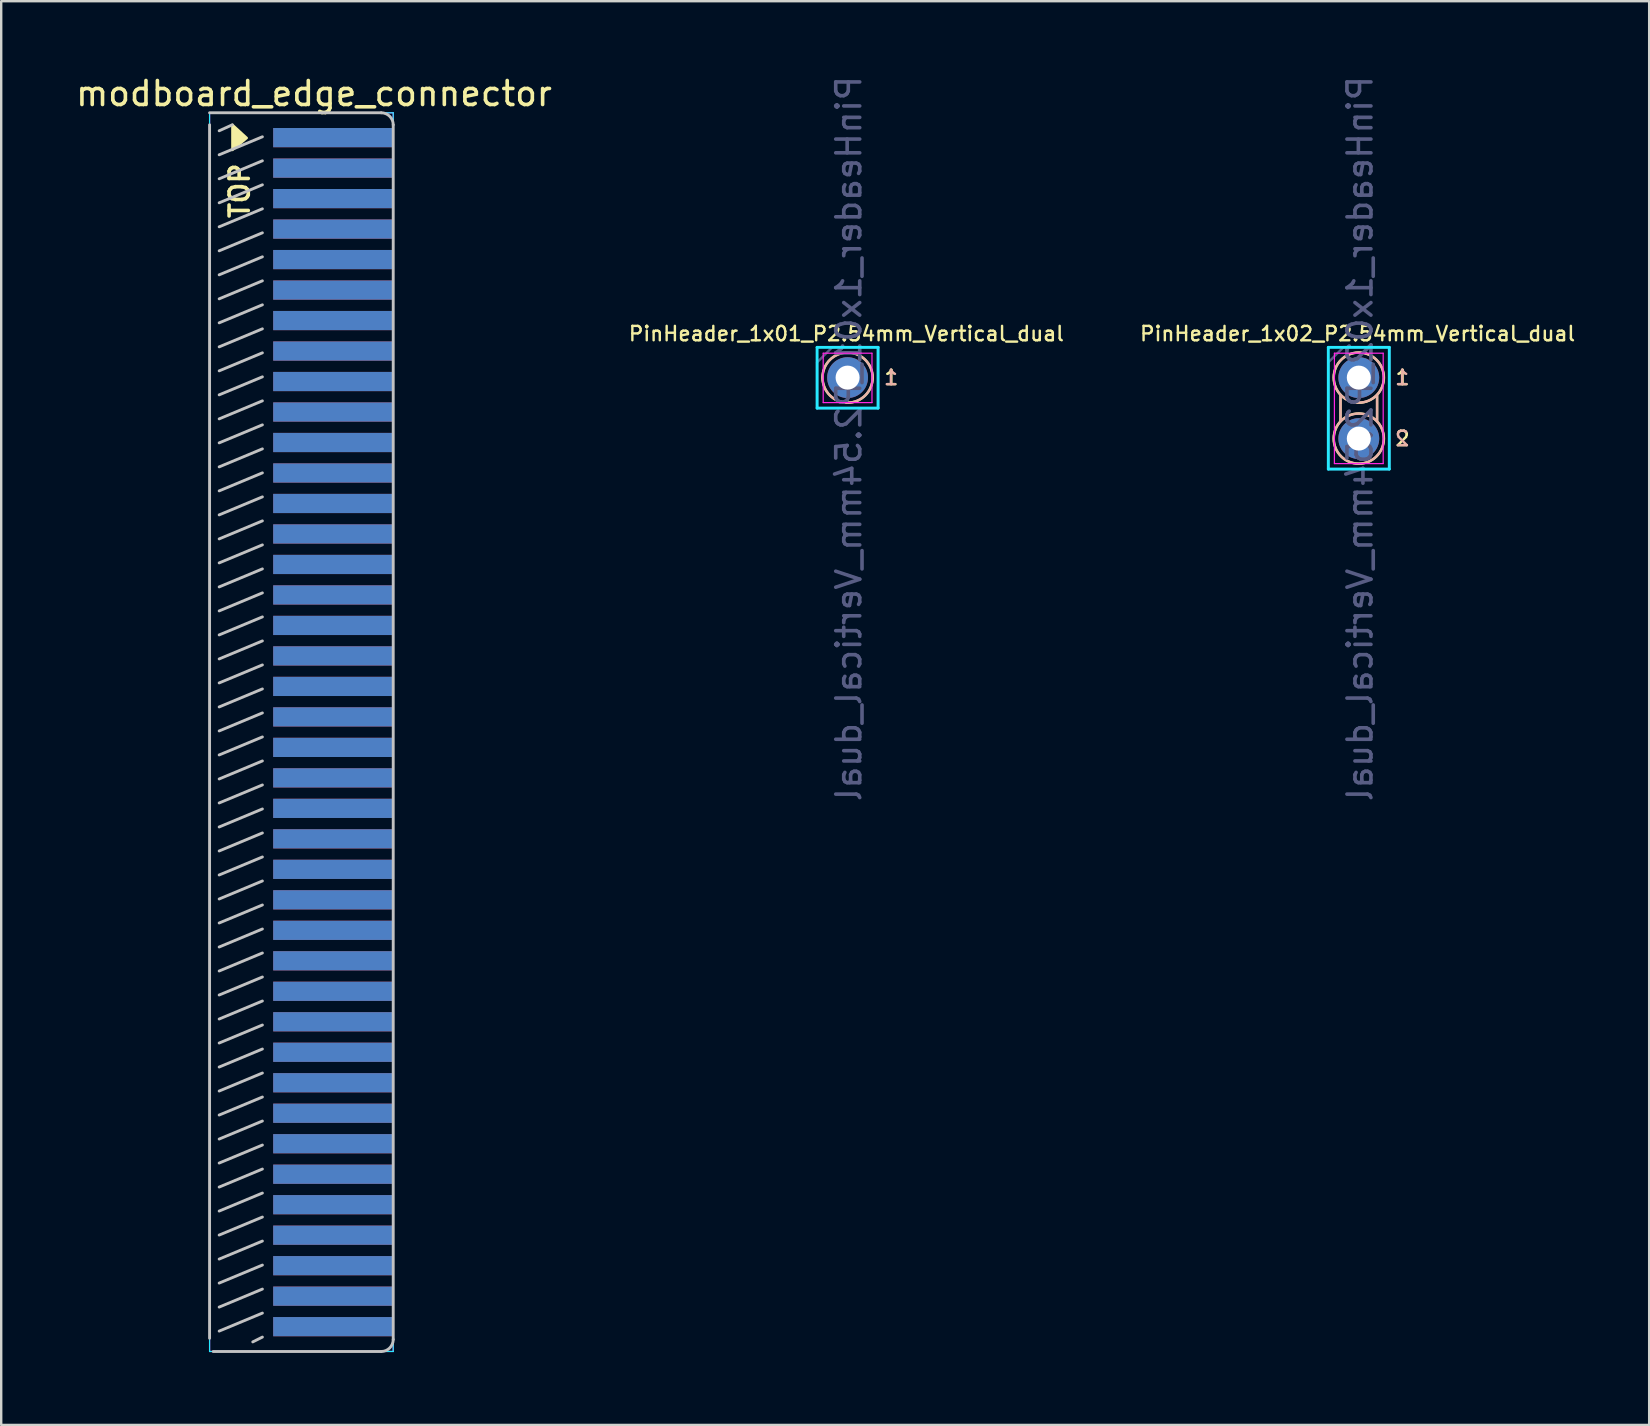
<source format=kicad_pcb>
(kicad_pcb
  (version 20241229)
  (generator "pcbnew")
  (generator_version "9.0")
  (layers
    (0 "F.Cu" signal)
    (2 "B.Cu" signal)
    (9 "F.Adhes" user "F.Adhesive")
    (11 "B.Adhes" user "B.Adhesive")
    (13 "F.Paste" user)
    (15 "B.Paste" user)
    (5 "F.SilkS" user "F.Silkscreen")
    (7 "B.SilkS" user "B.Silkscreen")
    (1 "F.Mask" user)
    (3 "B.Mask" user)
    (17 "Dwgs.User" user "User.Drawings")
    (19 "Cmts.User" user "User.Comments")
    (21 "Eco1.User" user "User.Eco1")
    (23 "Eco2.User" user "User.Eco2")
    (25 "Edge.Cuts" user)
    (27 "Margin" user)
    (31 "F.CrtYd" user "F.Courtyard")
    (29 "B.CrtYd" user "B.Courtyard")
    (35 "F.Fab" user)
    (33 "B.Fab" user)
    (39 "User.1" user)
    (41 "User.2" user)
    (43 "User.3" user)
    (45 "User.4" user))
  (footprint "PinHeader_1x02_P2.54mm_Vertical_dual"
    (layer "F.Cu")
    (at 53.552 12.68)
    (property "Reference" "PinHeader_1x02_P2.54mm_Vertical_dual" (at -0.051 -1.829 0) (layer "F.SilkS") (effects (font (size 0.6 0.6) (thickness 0.1))))
    (attr through_hole)
    (fp_line (start -0.762 0.762) (end -0.762 1.778) (stroke (width 0.1) (type solid)) (layer "F.SilkS"))
    (fp_line (start 0.762 0.762) (end 0.762 1.778) (stroke (width 0.1) (type solid)) (layer "F.SilkS"))
    (fp_circle (center 0 0) (end 0.813 0.66) (stroke (width 0.1) (type solid)) (fill no) (layer "F.SilkS"))
    (fp_circle (center 0 2.54) (end 0.813 3.2) (stroke (width 0.1) (type solid)) (fill no) (layer "F.SilkS"))
    (fp_line (start -0.762 0.737) (end -0.762 1.803) (stroke (width 0.1) (type solid)) (layer "B.SilkS"))
    (fp_line (start 0.762 0.737) (end 0.762 1.803) (stroke (width 0.1) (type solid)) (layer "B.SilkS"))
    (fp_circle (center 0 0) (end 0.025 -1.041) (stroke (width 0.1) (type solid)) (fill no) (layer "B.SilkS"))
    (fp_circle (center 0 2.54) (end 0.025 1.499) (stroke (width 0.1) (type solid)) (fill no) (layer "B.SilkS"))
    (fp_line (start -1.27 -1.26) (end -1.27 3.81) (stroke (width 0.12) (type solid)) (layer "B.CrtYd"))
    (fp_line (start -1.27 3.81) (end 1.27 3.81) (stroke (width 0.12) (type solid)) (layer "B.CrtYd"))
    (fp_line (start 1.27 -1.26) (end -1.27 -1.26) (stroke (width 0.12) (type solid)) (layer "B.CrtYd"))
    (fp_line (start 1.27 3.81) (end 1.27 -1.26) (stroke (width 0.12) (type solid)) (layer "B.CrtYd"))
    (fp_line (start -1.016 -1.016) (end -1.016 3.581) (stroke (width 0.05) (type solid)) (layer "F.CrtYd"))
    (fp_line (start -1.016 3.581) (end 1.016 3.581) (stroke (width 0.05) (type solid)) (layer "F.CrtYd"))
    (fp_line (start 1.016 -1.016) (end -1.016 -1.016) (stroke (width 0.05) (type solid)) (layer "F.CrtYd"))
    (fp_line (start 1.016 3.581) (end 1.016 -1.016) (stroke (width 0.05) (type solid)) (layer "F.CrtYd"))
    (fp_line (start -1.27 -0.635) (end -0.635 -1.27) (stroke (width 0.1) (type solid)) (layer "B.Fab"))
    (fp_line (start -1.27 3.81) (end -1.27 -0.635) (stroke (width 0.1) (type solid)) (layer "B.Fab"))
    (fp_line (start -0.635 -1.27) (end 1.27 -1.27) (stroke (width 0.1) (type solid)) (layer "B.Fab"))
    (fp_line (start 1.27 -1.27) (end 1.27 3.81) (stroke (width 0.1) (type solid)) (layer "B.Fab"))
    (fp_line (start 1.27 3.81) (end -1.27 3.81) (stroke (width 0.1) (type solid)) (layer "B.Fab"))
    (fp_text user "2" (at 1.473 2.54 0) (layer "F.SilkS") (effects (font (size 0.6 0.6) (thickness 0.1)) (justify left)))
    (fp_text user "1" (at 1.473 0 0) (layer "F.SilkS") (effects (font (size 0.6 0.6) (thickness 0.1)) (justify left)))
    (fp_text user "2" (at 1.803 2.54 0) (layer "B.SilkS") (effects (font (size 0.6 0.6) (thickness 0.1)) (justify mirror)))
    (fp_text user "1" (at 1.803 0 0) (layer "B.SilkS") (effects (font (size 0.6 0.6) (thickness 0.1)) (justify mirror)))
    (fp_text user "${REFERENCE}" (at 0.051 2.54 90) (layer "B.Fab") (effects (font (size 1 1) (thickness 0.15)) (justify mirror)))
    (pad "1" thru_hole circle (at 0 0) (size 1.7 1.7) (drill 1) (layers "*.Cu" "*.Mask"))
    (pad "2" thru_hole oval (at 0 2.54) (size 1.7 1.7) (drill 1) (layers "*.Cu" "*.Mask")))
  (footprint "modboard_edge_connector"
    (layer "F.Cu")
    (at 10.83 1.648)
    (property "Reference" "modboard_edge_connector" (at -0.8 -0.8 0) (layer "F.SilkS") (effects (font (size 1 1) (thickness 0.15))))
    (attr through_hole)
    (fp_poly (pts (xy -3.6 1.05) (xy -4.2 0.5) (xy -4.2 1.55)) (stroke (width 0.1) (type solid)) (fill yes) (layer "F.SilkS"))
    (fp_line (start -5.15 0.5) (end -5.15 51.05) (stroke (width 0.12) (type solid)) (layer "Dwgs.User"))
    (fp_line (start -4.2 0.5) (end -4.75 0.75) (stroke (width 0.12) (type solid)) (layer "Dwgs.User"))
    (fp_line (start -2.95 1) (end -4.75 1.75) (stroke (width 0.12) (type solid)) (layer "Dwgs.User"))
    (fp_line (start -2.95 2) (end -4.75 2.75) (stroke (width 0.12) (type solid)) (layer "Dwgs.User"))
    (fp_line (start -2.95 3) (end -4.75 3.75) (stroke (width 0.12) (type solid)) (layer "Dwgs.User"))
    (fp_line (start -2.95 4) (end -4.75 4.75) (stroke (width 0.12) (type solid)) (layer "Dwgs.User"))
    (fp_line (start -2.95 5) (end -4.75 5.75) (stroke (width 0.12) (type solid)) (layer "Dwgs.User"))
    (fp_line (start -2.95 6) (end -4.75 6.75) (stroke (width 0.12) (type solid)) (layer "Dwgs.User"))
    (fp_line (start -2.95 7) (end -4.75 7.75) (stroke (width 0.12) (type solid)) (layer "Dwgs.User"))
    (fp_line (start -2.95 8) (end -4.75 8.75) (stroke (width 0.12) (type solid)) (layer "Dwgs.User"))
    (fp_line (start -2.95 9) (end -4.75 9.75) (stroke (width 0.12) (type solid)) (layer "Dwgs.User"))
    (fp_line (start -2.95 10) (end -4.75 10.75) (stroke (width 0.12) (type solid)) (layer "Dwgs.User"))
    (fp_line (start -2.95 11) (end -4.75 11.75) (stroke (width 0.12) (type solid)) (layer "Dwgs.User"))
    (fp_line (start -2.95 12) (end -4.75 12.75) (stroke (width 0.12) (type solid)) (layer "Dwgs.User"))
    (fp_line (start -2.95 13) (end -4.75 13.75) (stroke (width 0.12) (type solid)) (layer "Dwgs.User"))
    (fp_line (start -2.95 14) (end -4.75 14.75) (stroke (width 0.12) (type solid)) (layer "Dwgs.User"))
    (fp_line (start -2.95 15) (end -4.75 15.75) (stroke (width 0.12) (type solid)) (layer "Dwgs.User"))
    (fp_line (start -2.95 16) (end -4.75 16.75) (stroke (width 0.12) (type solid)) (layer "Dwgs.User"))
    (fp_line (start -2.95 17) (end -4.75 17.75) (stroke (width 0.12) (type solid)) (layer "Dwgs.User"))
    (fp_line (start -2.95 18) (end -4.75 18.75) (stroke (width 0.12) (type solid)) (layer "Dwgs.User"))
    (fp_line (start -2.95 19) (end -4.75 19.75) (stroke (width 0.12) (type solid)) (layer "Dwgs.User"))
    (fp_line (start -2.95 20) (end -4.75 20.75) (stroke (width 0.12) (type solid)) (layer "Dwgs.User"))
    (fp_line (start -2.95 21) (end -4.75 21.75) (stroke (width 0.12) (type solid)) (layer "Dwgs.User"))
    (fp_line (start -2.95 22) (end -4.75 22.75) (stroke (width 0.12) (type solid)) (layer "Dwgs.User"))
    (fp_line (start -2.95 23) (end -4.75 23.75) (stroke (width 0.12) (type solid)) (layer "Dwgs.User"))
    (fp_line (start -2.95 24) (end -4.75 24.75) (stroke (width 0.12) (type solid)) (layer "Dwgs.User"))
    (fp_line (start -2.95 25) (end -4.75 25.75) (stroke (width 0.12) (type solid)) (layer "Dwgs.User"))
    (fp_line (start -2.95 26) (end -4.75 26.75) (stroke (width 0.12) (type solid)) (layer "Dwgs.User"))
    (fp_line (start -2.95 27) (end -4.75 27.75) (stroke (width 0.12) (type solid)) (layer "Dwgs.User"))
    (fp_line (start -2.95 28) (end -4.75 28.75) (stroke (width 0.12) (type solid)) (layer "Dwgs.User"))
    (fp_line (start -2.95 29) (end -4.75 29.75) (stroke (width 0.12) (type solid)) (layer "Dwgs.User"))
    (fp_line (start -2.95 30) (end -4.75 30.75) (stroke (width 0.12) (type solid)) (layer "Dwgs.User"))
    (fp_line (start -2.95 31) (end -4.75 31.75) (stroke (width 0.12) (type solid)) (layer "Dwgs.User"))
    (fp_line (start -2.95 32) (end -4.75 32.75) (stroke (width 0.12) (type solid)) (layer "Dwgs.User"))
    (fp_line (start -2.95 33) (end -4.75 33.75) (stroke (width 0.12) (type solid)) (layer "Dwgs.User"))
    (fp_line (start -2.95 34) (end -4.75 34.75) (stroke (width 0.12) (type solid)) (layer "Dwgs.User"))
    (fp_line (start -2.95 35) (end -4.75 35.75) (stroke (width 0.12) (type solid)) (layer "Dwgs.User"))
    (fp_line (start -2.95 36) (end -4.75 36.75) (stroke (width 0.12) (type solid)) (layer "Dwgs.User"))
    (fp_line (start -2.95 37) (end -4.75 37.75) (stroke (width 0.12) (type solid)) (layer "Dwgs.User"))
    (fp_line (start -2.95 38) (end -4.75 38.75) (stroke (width 0.12) (type solid)) (layer "Dwgs.User"))
    (fp_line (start -2.95 39) (end -4.75 39.75) (stroke (width 0.12) (type solid)) (layer "Dwgs.User"))
    (fp_line (start -2.95 40) (end -4.75 40.75) (stroke (width 0.12) (type solid)) (layer "Dwgs.User"))
    (fp_line (start -2.95 41) (end -4.75 41.75) (stroke (width 0.12) (type solid)) (layer "Dwgs.User"))
    (fp_line (start -2.95 42) (end -4.75 42.75) (stroke (width 0.12) (type solid)) (layer "Dwgs.User"))
    (fp_line (start -2.95 43) (end -4.75 43.75) (stroke (width 0.12) (type solid)) (layer "Dwgs.User"))
    (fp_line (start -2.95 44) (end -4.75 44.75) (stroke (width 0.12) (type solid)) (layer "Dwgs.User"))
    (fp_line (start -2.95 45) (end -4.75 45.75) (stroke (width 0.12) (type solid)) (layer "Dwgs.User"))
    (fp_line (start -2.95 46) (end -4.75 46.75) (stroke (width 0.12) (type solid)) (layer "Dwgs.User"))
    (fp_line (start -2.95 47) (end -4.75 47.75) (stroke (width 0.12) (type solid)) (layer "Dwgs.User"))
    (fp_line (start -2.95 48) (end -4.75 48.75) (stroke (width 0.12) (type solid)) (layer "Dwgs.User"))
    (fp_line (start -2.95 49) (end -4.75 49.75) (stroke (width 0.12) (type solid)) (layer "Dwgs.User"))
    (fp_line (start -2.95 50) (end -4.75 50.75) (stroke (width 0.12) (type solid)) (layer "Dwgs.User"))
    (fp_line (start -2.95 51) (end -3.35 51.2) (stroke (width 0.12) (type solid)) (layer "Dwgs.User"))
    (fp_line (start 2 0) (end -5.15 0) (stroke (width 0.12) (type solid)) (layer "Dwgs.User"))
    (fp_line (start 2 51.6) (end -5 51.6) (stroke (width 0.12) (type solid)) (layer "Dwgs.User"))
    (fp_line (start 2.5 0.5) (end 2.5 51.1) (stroke (width 0.12) (type solid)) (layer "Dwgs.User"))
    (fp_arc (start 2 0) (mid 2.353553 0.146447) (end 2.5 0.5) (stroke (width 0.12) (type solid)) (layer "Dwgs.User"))
    (fp_arc (start 2.5 51.1) (mid 2.353553 51.453553) (end 2 51.6) (stroke (width 0.12) (type solid)) (layer "Dwgs.User"))
    (fp_line (start -5.15 0) (end -5.15 51.6) (stroke (width 0.05) (type solid)) (layer "B.CrtYd"))
    (fp_line (start -5.15 51.6) (end 2.5 51.6) (stroke (width 0.05) (type solid)) (layer "B.CrtYd"))
    (fp_line (start 2.5 0) (end -5.15 0) (stroke (width 0.05) (type solid)) (layer "B.CrtYd"))
    (fp_line (start 2.5 51.6) (end 2.5 0) (stroke (width 0.05) (type solid)) (layer "B.CrtYd"))
    (fp_line (start -5.15 0) (end -5.15 51.6) (stroke (width 0.05) (type solid)) (layer "F.CrtYd"))
    (fp_line (start -5.15 51.6) (end 2.5 51.6) (stroke (width 0.05) (type solid)) (layer "F.CrtYd"))
    (fp_line (start 2.5 0) (end -5.15 0) (stroke (width 0.05) (type solid)) (layer "F.CrtYd"))
    (fp_line (start 2.5 51.6) (end 2.5 0) (stroke (width 0.05) (type solid)) (layer "F.CrtYd"))
    (fp_text user "TOP" (at -3.9 3.25 90) (layer "F.SilkS") (effects (font (size 0.8 0.8) (thickness 0.15))))
    (pad "1" smd rect (at 0 1.035) (size 5 0.8) (layers "F.Cu" "F.Mask" "F.Paste"))
    (pad "2" smd rect (at 0 1.035) (size 5 0.8) (layers "B.Cu" "B.Mask" "B.Paste"))
    (pad "3" smd rect (at 0 2.305) (size 5 0.8) (layers "F.Cu" "F.Mask" "F.Paste"))
    (pad "4" smd rect (at 0 2.305) (size 5 0.8) (layers "B.Cu" "B.Mask" "B.Paste"))
    (pad "5" smd rect (at 0 3.575) (size 5 0.8) (layers "F.Cu" "F.Mask" "F.Paste"))
    (pad "6" smd rect (at 0 3.575) (size 5 0.8) (layers "B.Cu" "B.Mask" "B.Paste"))
    (pad "7" smd rect (at 0 4.845) (size 5 0.8) (layers "F.Cu" "F.Mask" "F.Paste"))
    (pad "8" smd rect (at 0 4.845) (size 5 0.8) (layers "B.Cu" "B.Mask" "B.Paste"))
    (pad "9" smd rect (at 0 6.115) (size 5 0.8) (layers "F.Cu" "F.Mask" "F.Paste"))
    (pad "10" smd rect (at 0 6.115) (size 5 0.8) (layers "B.Cu" "B.Mask" "B.Paste"))
    (pad "11" smd rect (at 0 7.385) (size 5 0.8) (layers "F.Cu" "F.Mask" "F.Paste"))
    (pad "12" smd rect (at 0 7.385) (size 5 0.8) (layers "B.Cu" "B.Mask" "B.Paste"))
    (pad "13" smd rect (at 0 8.655) (size 5 0.8) (layers "F.Cu" "F.Mask" "F.Paste"))
    (pad "14" smd rect (at 0 8.655) (size 5 0.8) (layers "B.Cu" "B.Mask" "B.Paste"))
    (pad "15" smd rect (at 0 9.925) (size 5 0.8) (layers "F.Cu" "F.Mask" "F.Paste"))
    (pad "16" smd rect (at 0 9.925) (size 5 0.8) (layers "B.Cu" "B.Mask" "B.Paste"))
    (pad "17" smd rect (at 0 11.195) (size 5 0.8) (layers "F.Cu" "F.Mask" "F.Paste"))
    (pad "18" smd rect (at 0 11.195) (size 5 0.8) (layers "B.Cu" "B.Mask" "B.Paste"))
    (pad "19" smd rect (at 0 12.465) (size 5 0.8) (layers "F.Cu" "F.Mask" "F.Paste"))
    (pad "20" smd rect (at 0 12.465) (size 5 0.8) (layers "B.Cu" "B.Mask" "B.Paste"))
    (pad "21" smd rect (at 0 13.735) (size 5 0.8) (layers "F.Cu" "F.Mask" "F.Paste"))
    (pad "22" smd rect (at 0 13.735) (size 5 0.8) (layers "B.Cu" "B.Mask" "B.Paste"))
    (pad "23" smd rect (at 0 15.005) (size 5 0.8) (layers "F.Cu" "F.Mask" "F.Paste"))
    (pad "24" smd rect (at 0 15.005) (size 5 0.8) (layers "B.Cu" "B.Mask" "B.Paste"))
    (pad "25" smd rect (at 0 16.275) (size 5 0.8) (layers "F.Cu" "F.Mask" "F.Paste"))
    (pad "26" smd rect (at 0 16.275) (size 5 0.8) (layers "B.Cu" "B.Mask" "B.Paste"))
    (pad "27" smd rect (at 0 17.545) (size 5 0.8) (layers "F.Cu" "F.Mask" "F.Paste"))
    (pad "28" smd rect (at 0 17.545) (size 5 0.8) (layers "B.Cu" "B.Mask" "B.Paste"))
    (pad "29" smd rect (at 0 18.815) (size 5 0.8) (layers "F.Cu" "F.Mask" "F.Paste"))
    (pad "30" smd rect (at 0 18.815) (size 5 0.8) (layers "B.Cu" "B.Mask" "B.Paste"))
    (pad "31" smd rect (at 0 20.085) (size 5 0.8) (layers "F.Cu" "F.Mask" "F.Paste"))
    (pad "32" smd rect (at 0 20.085) (size 5 0.8) (layers "B.Cu" "B.Mask" "B.Paste"))
    (pad "33" smd rect (at 0 21.355) (size 5 0.8) (layers "F.Cu" "F.Mask" "F.Paste"))
    (pad "34" smd rect (at 0 21.355) (size 5 0.8) (layers "B.Cu" "B.Mask" "B.Paste"))
    (pad "35" smd rect (at 0 22.625) (size 5 0.8) (layers "F.Cu" "F.Mask" "F.Paste"))
    (pad "36" smd rect (at 0 22.625) (size 5 0.8) (layers "B.Cu" "B.Mask" "B.Paste"))
    (pad "37" smd rect (at 0 23.895) (size 5 0.8) (layers "F.Cu" "F.Mask" "F.Paste"))
    (pad "38" smd rect (at 0 23.895) (size 5 0.8) (layers "B.Cu" "B.Mask" "B.Paste"))
    (pad "39" smd rect (at 0 25.165) (size 5 0.8) (layers "F.Cu" "F.Mask" "F.Paste"))
    (pad "40" smd rect (at 0 25.165) (size 5 0.8) (layers "B.Cu" "B.Mask" "B.Paste"))
    (pad "41" smd rect (at 0 26.435) (size 5 0.8) (layers "F.Cu" "F.Mask" "F.Paste"))
    (pad "42" smd rect (at 0 26.435) (size 5 0.8) (layers "B.Cu" "B.Mask" "B.Paste"))
    (pad "43" smd rect (at 0 27.705) (size 5 0.8) (layers "F.Cu" "F.Mask" "F.Paste"))
    (pad "44" smd rect (at 0 27.705) (size 5 0.8) (layers "B.Cu" "B.Mask" "B.Paste"))
    (pad "45" smd rect (at 0 28.975) (size 5 0.8) (layers "F.Cu" "F.Mask" "F.Paste"))
    (pad "46" smd rect (at 0 28.975) (size 5 0.8) (layers "B.Cu" "B.Mask" "B.Paste"))
    (pad "47" smd rect (at 0 30.245) (size 5 0.8) (layers "F.Cu" "F.Mask" "F.Paste"))
    (pad "48" smd rect (at 0 30.245) (size 5 0.8) (layers "B.Cu" "B.Mask" "B.Paste"))
    (pad "49" smd rect (at 0 31.515) (size 5 0.8) (layers "F.Cu" "F.Mask" "F.Paste"))
    (pad "50" smd rect (at 0 31.515) (size 5 0.8) (layers "B.Cu" "B.Mask" "B.Paste"))
    (pad "51" smd rect (at 0 32.785) (size 5 0.8) (layers "F.Cu" "F.Mask" "F.Paste"))
    (pad "52" smd rect (at 0 32.785) (size 5 0.8) (layers "B.Cu" "B.Mask" "B.Paste"))
    (pad "53" smd rect (at 0 34.055) (size 5 0.8) (layers "F.Cu" "F.Mask" "F.Paste"))
    (pad "54" smd rect (at 0 34.055) (size 5 0.8) (layers "B.Cu" "B.Mask" "B.Paste"))
    (pad "55" smd rect (at 0 35.325) (size 5 0.8) (layers "F.Cu" "F.Mask" "F.Paste"))
    (pad "56" smd rect (at 0 35.325) (size 5 0.8) (layers "B.Cu" "B.Mask" "B.Paste"))
    (pad "57" smd rect (at 0 36.595) (size 5 0.8) (layers "F.Cu" "F.Mask" "F.Paste"))
    (pad "58" smd rect (at 0 36.595) (size 5 0.8) (layers "B.Cu" "B.Mask" "B.Paste"))
    (pad "59" smd rect (at 0 37.865) (size 5 0.8) (layers "F.Cu" "F.Mask" "F.Paste"))
    (pad "60" smd rect (at 0 37.865) (size 5 0.8) (layers "B.Cu" "B.Mask" "B.Paste"))
    (pad "61" smd rect (at 0 39.135) (size 5 0.8) (layers "F.Cu" "F.Mask" "F.Paste"))
    (pad "62" smd rect (at 0 39.135) (size 5 0.8) (layers "B.Cu" "B.Mask" "B.Paste"))
    (pad "63" smd rect (at 0 40.405) (size 5 0.8) (layers "F.Cu" "F.Mask" "F.Paste"))
    (pad "64" smd rect (at 0 40.405) (size 5 0.8) (layers "B.Cu" "B.Mask" "B.Paste"))
    (pad "65" smd rect (at 0 41.675) (size 5 0.8) (layers "F.Cu" "F.Mask" "F.Paste"))
    (pad "66" smd rect (at 0 41.675) (size 5 0.8) (layers "B.Cu" "B.Mask" "B.Paste"))
    (pad "67" smd rect (at 0 42.945) (size 5 0.8) (layers "F.Cu" "F.Mask" "F.Paste"))
    (pad "68" smd rect (at 0 42.945) (size 5 0.8) (layers "B.Cu" "B.Mask" "B.Paste"))
    (pad "69" smd rect (at 0 44.215) (size 5 0.8) (layers "F.Cu" "F.Mask" "F.Paste"))
    (pad "70" smd rect (at 0 44.215) (size 5 0.8) (layers "B.Cu" "B.Mask" "B.Paste"))
    (pad "71" smd rect (at 0 45.485) (size 5 0.8) (layers "F.Cu" "F.Mask" "F.Paste"))
    (pad "72" smd rect (at 0 45.485) (size 5 0.8) (layers "B.Cu" "B.Mask" "B.Paste"))
    (pad "73" smd rect (at 0 46.755) (size 5 0.8) (layers "F.Cu" "F.Mask" "F.Paste"))
    (pad "74" smd rect (at 0 46.755) (size 5 0.8) (layers "B.Cu" "B.Mask" "B.Paste"))
    (pad "75" smd rect (at 0 48.025) (size 5 0.8) (layers "F.Cu" "F.Mask" "F.Paste"))
    (pad "76" smd rect (at 0 48.025) (size 5 0.8) (layers "B.Cu" "B.Mask" "B.Paste"))
    (pad "77" smd rect (at 0 49.295) (size 5 0.8) (layers "F.Cu" "F.Mask" "F.Paste"))
    (pad "78" smd rect (at 0 49.295) (size 5 0.8) (layers "B.Cu" "B.Mask" "B.Paste"))
    (pad "79" smd rect (at 0 50.565) (size 5 0.8) (layers "F.Cu" "F.Mask" "F.Paste"))
    (pad "80" smd rect (at 0 50.565) (size 5 0.8) (layers "B.Cu" "B.Mask" "B.Paste")))
  (footprint "PinHeader_1x01_P2.54mm_Vertical_dual"
    (layer "F.Cu")
    (at 32.257 12.68)
    (property "Reference" "PinHeader_1x01_P2.54mm_Vertical_dual" (at -0.051 -1.829 0) (layer "F.SilkS") (effects (font (size 0.6 0.6) (thickness 0.1))))
    (attr through_hole)
    (fp_circle (center 0 0) (end 0.813 0.66) (stroke (width 0.1) (type solid)) (fill no) (layer "F.SilkS"))
    (fp_circle (center 0 0) (end 0.025 -1.041) (stroke (width 0.1) (type solid)) (fill no) (layer "B.SilkS"))
    (fp_line (start -1.27 -1.26) (end -1.27 1.27) (stroke (width 0.12) (type solid)) (layer "B.CrtYd"))
    (fp_line (start -1.27 1.27) (end 1.27 1.27) (stroke (width 0.12) (type solid)) (layer "B.CrtYd"))
    (fp_line (start 1.27 -1.26) (end -1.27 -1.26) (stroke (width 0.12) (type solid)) (layer "B.CrtYd"))
    (fp_line (start 1.27 1.27) (end 1.27 -1.26) (stroke (width 0.12) (type solid)) (layer "B.CrtYd"))
    (fp_line (start -1.016 -1.016) (end -1.016 1.041) (stroke (width 0.05) (type solid)) (layer "F.CrtYd"))
    (fp_line (start -1.016 1.041) (end 1.016 1.041) (stroke (width 0.05) (type solid)) (layer "F.CrtYd"))
    (fp_line (start 1.016 -1.016) (end -1.016 -1.016) (stroke (width 0.05) (type solid)) (layer "F.CrtYd"))
    (fp_line (start 1.016 1.041) (end 1.016 -1.016) (stroke (width 0.05) (type solid)) (layer "F.CrtYd"))
    (fp_line (start -1.27 -0.635) (end -0.635 -1.27) (stroke (width 0.1) (type solid)) (layer "B.Fab"))
    (fp_line (start -1.27 1.27) (end -1.27 -0.635) (stroke (width 0.1) (type solid)) (layer "B.Fab"))
    (fp_line (start -0.635 -1.27) (end 1.27 -1.27) (stroke (width 0.1) (type solid)) (layer "B.Fab"))
    (fp_line (start 1.27 -1.27) (end 1.27 1.27) (stroke (width 0.1) (type solid)) (layer "B.Fab"))
    (fp_line (start 1.27 1.27) (end -1.27 1.27) (stroke (width 0.1) (type solid)) (layer "B.Fab"))
    (fp_text user "1" (at 1.473 0 0) (layer "F.SilkS") (effects (font (size 0.6 0.6) (thickness 0.1)) (justify left)))
    (fp_text user "1" (at 1.803 0 0) (layer "B.SilkS") (effects (font (size 0.6 0.6) (thickness 0.1)) (justify mirror)))
    (fp_text user "${REFERENCE}" (at 0.051 2.54 90) (layer "B.Fab") (effects (font (size 1 1) (thickness 0.15)) (justify mirror)))
    (pad "1" thru_hole circle (at 0 0) (size 1.7 1.7) (drill 1) (layers "*.Cu" "*.Mask")))
  (gr_rect
    (start -3 -3)
    (end 65.648 56.308)
    (stroke (width 0.1) (type default))
    (fill no)
    (layer "Edge.Cuts")))
</source>
